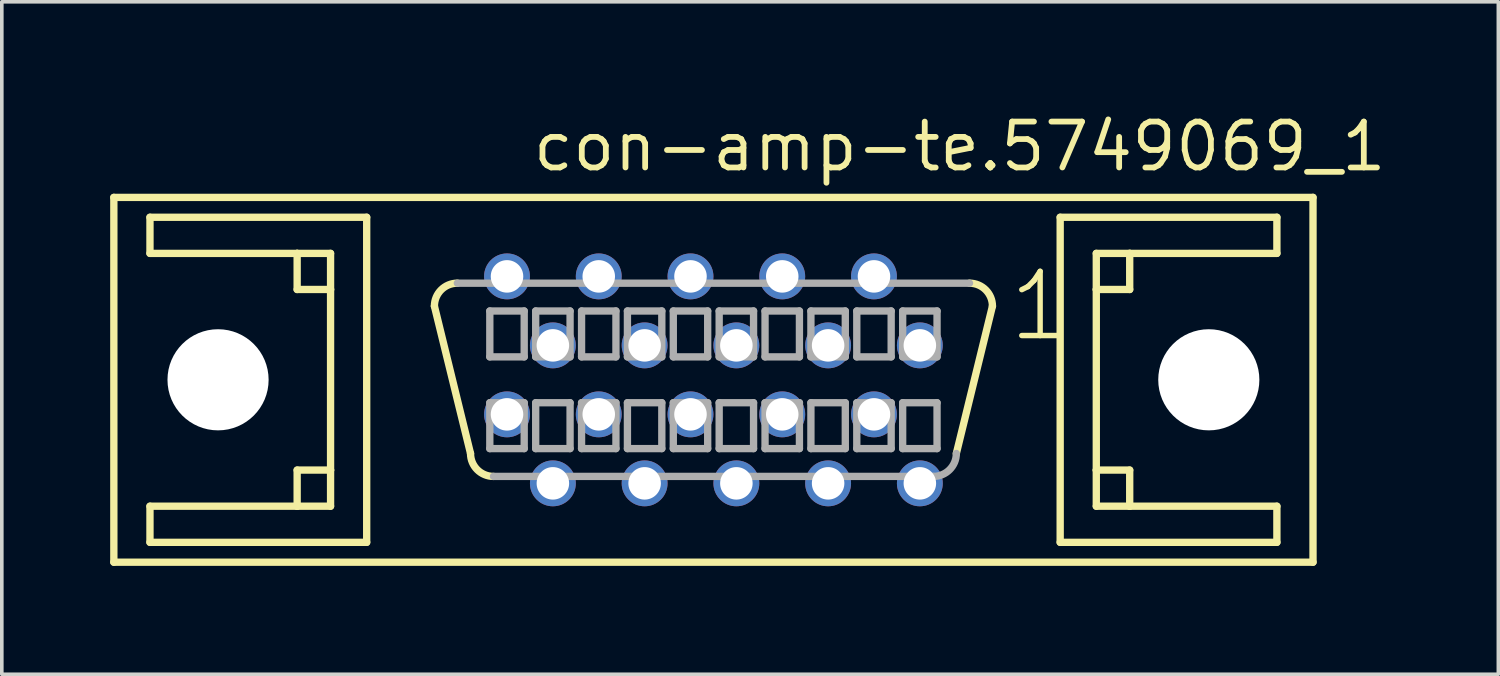
<source format=kicad_pcb>
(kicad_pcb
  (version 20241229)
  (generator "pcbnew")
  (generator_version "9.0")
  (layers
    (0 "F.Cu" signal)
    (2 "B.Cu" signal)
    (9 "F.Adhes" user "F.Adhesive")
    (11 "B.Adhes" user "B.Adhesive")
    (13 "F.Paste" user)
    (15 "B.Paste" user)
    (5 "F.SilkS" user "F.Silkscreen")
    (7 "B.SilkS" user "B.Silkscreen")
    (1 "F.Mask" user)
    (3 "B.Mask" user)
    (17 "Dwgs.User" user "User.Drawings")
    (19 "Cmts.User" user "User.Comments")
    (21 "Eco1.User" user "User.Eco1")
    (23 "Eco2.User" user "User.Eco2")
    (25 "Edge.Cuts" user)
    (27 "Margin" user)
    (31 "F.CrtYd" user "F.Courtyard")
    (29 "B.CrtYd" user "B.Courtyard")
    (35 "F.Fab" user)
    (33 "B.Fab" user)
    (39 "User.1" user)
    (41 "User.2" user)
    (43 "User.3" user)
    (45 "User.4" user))
  (footprint "con-amp-te.5749069_1"
    (layer "F.Cu")
    (at 16.702 7.465)
    (property "Reference" "con-amp-te.5749069_1" (at -5.08 -5.715 0) (layer "F.SilkS") (effects (font (size 1.27 1.27) (thickness 0.16)) (justify left bottom)))
    (attr through_hole)
    (fp_line (start -16.6 -5.05) (end 16.6 -5.05) (stroke (width 0.203) (type default)) (layer "F.SilkS"))
    (fp_line (start -16.6 5.05) (end -16.6 -5.05) (stroke (width 0.203) (type default)) (layer "F.SilkS"))
    (fp_line (start -15.6 -4.5) (end -15.6 -3.5) (stroke (width 0.203) (type default)) (layer "F.SilkS"))
    (fp_line (start -15.6 -3.5) (end -11.525 -3.5) (stroke (width 0.203) (type default)) (layer "F.SilkS"))
    (fp_line (start -15.6 3.5) (end -15.6 4.5) (stroke (width 0.203) (type default)) (layer "F.SilkS"))
    (fp_line (start -15.6 4.5) (end -9.6 4.5) (stroke (width 0.203) (type default)) (layer "F.SilkS"))
    (fp_line (start -11.525 -3.5) (end -11.525 -2.5) (stroke (width 0.203) (type default)) (layer "F.SilkS"))
    (fp_line (start -11.525 -3.5) (end -10.6 -3.5) (stroke (width 0.203) (type default)) (layer "F.SilkS"))
    (fp_line (start -11.525 -2.5) (end -10.6 -2.5) (stroke (width 0.203) (type default)) (layer "F.SilkS"))
    (fp_line (start -11.525 2.5) (end -11.525 3.5) (stroke (width 0.203) (type default)) (layer "F.SilkS"))
    (fp_line (start -11.525 3.5) (end -15.6 3.5) (stroke (width 0.203) (type default)) (layer "F.SilkS"))
    (fp_line (start -10.6 -3.5) (end -10.6 -2.5) (stroke (width 0.203) (type default)) (layer "F.SilkS"))
    (fp_line (start -10.6 -2.5) (end -10.6 2.5) (stroke (width 0.203) (type default)) (layer "F.SilkS"))
    (fp_line (start -10.6 2.5) (end -11.525 2.5) (stroke (width 0.203) (type default)) (layer "F.SilkS"))
    (fp_line (start -10.6 2.5) (end -10.6 3.5) (stroke (width 0.203) (type default)) (layer "F.SilkS"))
    (fp_line (start -10.6 3.5) (end -11.525 3.5) (stroke (width 0.203) (type default)) (layer "F.SilkS"))
    (fp_line (start -9.6 -4.5) (end -15.6 -4.5) (stroke (width 0.203) (type default)) (layer "F.SilkS"))
    (fp_line (start -9.6 4.5) (end -9.6 -4.5) (stroke (width 0.203) (type default)) (layer "F.SilkS"))
    (fp_line (start -6.725 2.04) (end -7.725 -2.04) (stroke (width 0.203) (type default)) (layer "F.SilkS"))
    (fp_line (start 7.725 -2.04) (end 6.725 2.04) (stroke (width 0.203) (type default)) (layer "F.SilkS"))
    (fp_line (start 9.6 -4.5) (end 9.6 4.5) (stroke (width 0.203) (type default)) (layer "F.SilkS"))
    (fp_line (start 9.6 4.5) (end 15.6 4.5) (stroke (width 0.203) (type default)) (layer "F.SilkS"))
    (fp_line (start 10.6 -3.5) (end 11.525 -3.5) (stroke (width 0.203) (type default)) (layer "F.SilkS"))
    (fp_line (start 10.6 -2.5) (end 10.6 -3.5) (stroke (width 0.203) (type default)) (layer "F.SilkS"))
    (fp_line (start 10.6 -2.5) (end 11.525 -2.5) (stroke (width 0.203) (type default)) (layer "F.SilkS"))
    (fp_line (start 10.6 2.5) (end 10.6 -2.5) (stroke (width 0.203) (type default)) (layer "F.SilkS"))
    (fp_line (start 10.6 3.5) (end 10.6 2.5) (stroke (width 0.203) (type default)) (layer "F.SilkS"))
    (fp_line (start 11.525 -3.5) (end 15.6 -3.5) (stroke (width 0.203) (type default)) (layer "F.SilkS"))
    (fp_line (start 11.525 -2.5) (end 11.525 -3.5) (stroke (width 0.203) (type default)) (layer "F.SilkS"))
    (fp_line (start 11.525 2.5) (end 10.6 2.5) (stroke (width 0.203) (type default)) (layer "F.SilkS"))
    (fp_line (start 11.525 3.5) (end 10.6 3.5) (stroke (width 0.203) (type default)) (layer "F.SilkS"))
    (fp_line (start 11.525 3.5) (end 11.525 2.5) (stroke (width 0.203) (type default)) (layer "F.SilkS"))
    (fp_line (start 15.6 -4.5) (end 9.6 -4.5) (stroke (width 0.203) (type default)) (layer "F.SilkS"))
    (fp_line (start 15.6 -3.5) (end 15.6 -4.5) (stroke (width 0.203) (type default)) (layer "F.SilkS"))
    (fp_line (start 15.6 3.5) (end 11.525 3.5) (stroke (width 0.203) (type default)) (layer "F.SilkS"))
    (fp_line (start 15.6 4.5) (end 15.6 3.5) (stroke (width 0.203) (type default)) (layer "F.SilkS"))
    (fp_line (start 16.6 -5.05) (end 16.6 5.05) (stroke (width 0.203) (type default)) (layer "F.SilkS"))
    (fp_line (start 16.6 5.05) (end -16.6 5.05) (stroke (width 0.203) (type default)) (layer "F.SilkS"))
    (fp_arc (start -7.725 -2.04) (mid -7.539013 -2.489013) (end -7.09 -2.675) (stroke (width 0.2032) (type default)) (layer "F.SilkS"))
    (fp_arc (start -6.09 2.675) (mid -6.539013 2.489013) (end -6.725 2.04) (stroke (width 0.2032) (type default)) (layer "F.SilkS"))
    (fp_arc (start 7.09 -2.675) (mid 7.539013 -2.489013) (end 7.725 -2.04) (stroke (width 0.2032) (type default)) (layer "F.SilkS"))
    (fp_line (start -7.09 -2.675) (end 7.09 -2.675) (stroke (width 0.203) (type default)) (layer "F.Fab"))
    (fp_line (start -6.191 -1.905) (end -6.191 -0.635) (stroke (width 0.203) (type default)) (layer "F.Fab"))
    (fp_line (start -6.191 -0.635) (end -5.239 -0.635) (stroke (width 0.203) (type default)) (layer "F.Fab"))
    (fp_line (start -6.191 0.635) (end -6.191 1.905) (stroke (width 0.203) (type default)) (layer "F.Fab"))
    (fp_line (start -6.191 1.905) (end -5.239 1.905) (stroke (width 0.203) (type default)) (layer "F.Fab"))
    (fp_line (start -5.239 -1.905) (end -6.191 -1.905) (stroke (width 0.203) (type default)) (layer "F.Fab"))
    (fp_line (start -5.239 -0.635) (end -5.239 -1.905) (stroke (width 0.203) (type default)) (layer "F.Fab"))
    (fp_line (start -5.239 0.635) (end -6.191 0.635) (stroke (width 0.203) (type default)) (layer "F.Fab"))
    (fp_line (start -5.239 1.905) (end -5.239 0.635) (stroke (width 0.203) (type default)) (layer "F.Fab"))
    (fp_line (start -4.921 -1.905) (end -4.921 -0.635) (stroke (width 0.203) (type default)) (layer "F.Fab"))
    (fp_line (start -4.921 -0.635) (end -3.969 -0.635) (stroke (width 0.203) (type default)) (layer "F.Fab"))
    (fp_line (start -4.921 0.635) (end -4.921 1.905) (stroke (width 0.203) (type default)) (layer "F.Fab"))
    (fp_line (start -4.921 1.905) (end -3.969 1.905) (stroke (width 0.203) (type default)) (layer "F.Fab"))
    (fp_line (start -3.969 -1.905) (end -4.921 -1.905) (stroke (width 0.203) (type default)) (layer "F.Fab"))
    (fp_line (start -3.969 -0.635) (end -3.969 -1.905) (stroke (width 0.203) (type default)) (layer "F.Fab"))
    (fp_line (start -3.969 0.635) (end -4.921 0.635) (stroke (width 0.203) (type default)) (layer "F.Fab"))
    (fp_line (start -3.969 1.905) (end -3.969 0.635) (stroke (width 0.203) (type default)) (layer "F.Fab"))
    (fp_line (start -3.651 -1.905) (end -3.651 -0.635) (stroke (width 0.203) (type default)) (layer "F.Fab"))
    (fp_line (start -3.651 -0.635) (end -2.699 -0.635) (stroke (width 0.203) (type default)) (layer "F.Fab"))
    (fp_line (start -3.651 0.635) (end -3.651 1.905) (stroke (width 0.203) (type default)) (layer "F.Fab"))
    (fp_line (start -3.651 1.905) (end -2.699 1.905) (stroke (width 0.203) (type default)) (layer "F.Fab"))
    (fp_line (start -2.699 -1.905) (end -3.651 -1.905) (stroke (width 0.203) (type default)) (layer "F.Fab"))
    (fp_line (start -2.699 -0.635) (end -2.699 -1.905) (stroke (width 0.203) (type default)) (layer "F.Fab"))
    (fp_line (start -2.699 0.635) (end -3.651 0.635) (stroke (width 0.203) (type default)) (layer "F.Fab"))
    (fp_line (start -2.699 1.905) (end -2.699 0.635) (stroke (width 0.203) (type default)) (layer "F.Fab"))
    (fp_line (start -2.381 -1.905) (end -2.381 -0.635) (stroke (width 0.203) (type default)) (layer "F.Fab"))
    (fp_line (start -2.381 -0.635) (end -1.429 -0.635) (stroke (width 0.203) (type default)) (layer "F.Fab"))
    (fp_line (start -2.381 0.635) (end -2.381 1.905) (stroke (width 0.203) (type default)) (layer "F.Fab"))
    (fp_line (start -2.381 1.905) (end -1.429 1.905) (stroke (width 0.203) (type default)) (layer "F.Fab"))
    (fp_line (start -1.429 -1.905) (end -2.381 -1.905) (stroke (width 0.203) (type default)) (layer "F.Fab"))
    (fp_line (start -1.429 -0.635) (end -1.429 -1.905) (stroke (width 0.203) (type default)) (layer "F.Fab"))
    (fp_line (start -1.429 0.635) (end -2.381 0.635) (stroke (width 0.203) (type default)) (layer "F.Fab"))
    (fp_line (start -1.429 1.905) (end -1.429 0.635) (stroke (width 0.203) (type default)) (layer "F.Fab"))
    (fp_line (start -1.111 -1.905) (end -1.111 -0.635) (stroke (width 0.203) (type default)) (layer "F.Fab"))
    (fp_line (start -1.111 -0.635) (end -0.159 -0.635) (stroke (width 0.203) (type default)) (layer "F.Fab"))
    (fp_line (start -1.111 0.635) (end -1.111 1.905) (stroke (width 0.203) (type default)) (layer "F.Fab"))
    (fp_line (start -1.111 1.905) (end -0.159 1.905) (stroke (width 0.203) (type default)) (layer "F.Fab"))
    (fp_line (start -0.159 -1.905) (end -1.111 -1.905) (stroke (width 0.203) (type default)) (layer "F.Fab"))
    (fp_line (start -0.159 -0.635) (end -0.159 -1.905) (stroke (width 0.203) (type default)) (layer "F.Fab"))
    (fp_line (start -0.159 0.635) (end -1.111 0.635) (stroke (width 0.203) (type default)) (layer "F.Fab"))
    (fp_line (start -0.159 1.905) (end -0.159 0.635) (stroke (width 0.203) (type default)) (layer "F.Fab"))
    (fp_line (start 0.159 -1.905) (end 0.159 -0.635) (stroke (width 0.203) (type default)) (layer "F.Fab"))
    (fp_line (start 0.159 -0.635) (end 1.111 -0.635) (stroke (width 0.203) (type default)) (layer "F.Fab"))
    (fp_line (start 0.159 0.635) (end 0.159 1.905) (stroke (width 0.203) (type default)) (layer "F.Fab"))
    (fp_line (start 0.159 1.905) (end 1.111 1.905) (stroke (width 0.203) (type default)) (layer "F.Fab"))
    (fp_line (start 1.111 -1.905) (end 0.159 -1.905) (stroke (width 0.203) (type default)) (layer "F.Fab"))
    (fp_line (start 1.111 -0.635) (end 1.111 -1.905) (stroke (width 0.203) (type default)) (layer "F.Fab"))
    (fp_line (start 1.111 0.635) (end 0.159 0.635) (stroke (width 0.203) (type default)) (layer "F.Fab"))
    (fp_line (start 1.111 1.905) (end 1.111 0.635) (stroke (width 0.203) (type default)) (layer "F.Fab"))
    (fp_line (start 1.429 -1.905) (end 1.429 -0.635) (stroke (width 0.203) (type default)) (layer "F.Fab"))
    (fp_line (start 1.429 -0.635) (end 2.381 -0.635) (stroke (width 0.203) (type default)) (layer "F.Fab"))
    (fp_line (start 1.429 0.635) (end 1.429 1.905) (stroke (width 0.203) (type default)) (layer "F.Fab"))
    (fp_line (start 1.429 1.905) (end 2.381 1.905) (stroke (width 0.203) (type default)) (layer "F.Fab"))
    (fp_line (start 2.381 -1.905) (end 1.429 -1.905) (stroke (width 0.203) (type default)) (layer "F.Fab"))
    (fp_line (start 2.381 -0.635) (end 2.381 -1.905) (stroke (width 0.203) (type default)) (layer "F.Fab"))
    (fp_line (start 2.381 0.635) (end 1.429 0.635) (stroke (width 0.203) (type default)) (layer "F.Fab"))
    (fp_line (start 2.381 1.905) (end 2.381 0.635) (stroke (width 0.203) (type default)) (layer "F.Fab"))
    (fp_line (start 2.699 -1.905) (end 2.699 -0.635) (stroke (width 0.203) (type default)) (layer "F.Fab"))
    (fp_line (start 2.699 -0.635) (end 3.651 -0.635) (stroke (width 0.203) (type default)) (layer "F.Fab"))
    (fp_line (start 2.699 0.635) (end 2.699 1.905) (stroke (width 0.203) (type default)) (layer "F.Fab"))
    (fp_line (start 2.699 1.905) (end 3.651 1.905) (stroke (width 0.203) (type default)) (layer "F.Fab"))
    (fp_line (start 3.651 -1.905) (end 2.699 -1.905) (stroke (width 0.203) (type default)) (layer "F.Fab"))
    (fp_line (start 3.651 -0.635) (end 3.651 -1.905) (stroke (width 0.203) (type default)) (layer "F.Fab"))
    (fp_line (start 3.651 0.635) (end 2.699 0.635) (stroke (width 0.203) (type default)) (layer "F.Fab"))
    (fp_line (start 3.651 1.905) (end 3.651 0.635) (stroke (width 0.203) (type default)) (layer "F.Fab"))
    (fp_line (start 3.969 -1.905) (end 3.969 -0.635) (stroke (width 0.203) (type default)) (layer "F.Fab"))
    (fp_line (start 3.969 -0.635) (end 4.921 -0.635) (stroke (width 0.203) (type default)) (layer "F.Fab"))
    (fp_line (start 3.969 0.635) (end 3.969 1.905) (stroke (width 0.203) (type default)) (layer "F.Fab"))
    (fp_line (start 3.969 1.905) (end 4.921 1.905) (stroke (width 0.203) (type default)) (layer "F.Fab"))
    (fp_line (start 4.921 -1.905) (end 3.969 -1.905) (stroke (width 0.203) (type default)) (layer "F.Fab"))
    (fp_line (start 4.921 -0.635) (end 4.921 -1.905) (stroke (width 0.203) (type default)) (layer "F.Fab"))
    (fp_line (start 4.921 0.635) (end 3.969 0.635) (stroke (width 0.203) (type default)) (layer "F.Fab"))
    (fp_line (start 4.921 1.905) (end 4.921 0.635) (stroke (width 0.203) (type default)) (layer "F.Fab"))
    (fp_line (start 5.239 -1.905) (end 5.239 -0.635) (stroke (width 0.203) (type default)) (layer "F.Fab"))
    (fp_line (start 5.239 -0.635) (end 6.191 -0.635) (stroke (width 0.203) (type default)) (layer "F.Fab"))
    (fp_line (start 5.239 0.635) (end 5.239 1.905) (stroke (width 0.203) (type default)) (layer "F.Fab"))
    (fp_line (start 5.239 1.905) (end 6.191 1.905) (stroke (width 0.203) (type default)) (layer "F.Fab"))
    (fp_line (start 6.09 2.675) (end -6.09 2.675) (stroke (width 0.203) (type default)) (layer "F.Fab"))
    (fp_line (start 6.191 -1.905) (end 5.239 -1.905) (stroke (width 0.203) (type default)) (layer "F.Fab"))
    (fp_line (start 6.191 -0.635) (end 6.191 -1.905) (stroke (width 0.203) (type default)) (layer "F.Fab"))
    (fp_line (start 6.191 0.635) (end 5.239 0.635) (stroke (width 0.203) (type default)) (layer "F.Fab"))
    (fp_line (start 6.191 1.905) (end 6.191 0.635) (stroke (width 0.203) (type default)) (layer "F.Fab"))
    (fp_arc (start 6.725 2.04) (mid 6.539013 2.489013) (end 6.09 2.675) (stroke (width 0.2032) (type default)) (layer "F.Fab"))
    (fp_text user "1" (at 8.1 -1 0) (layer "F.SilkS") (effects (font (size 1.778 1.778) (thickness 0.15)) (justify left bottom)))
    (pad "" np_thru_hole circle (at -13.715 0) (size 2.8 2.8) (drill 2.8) (layers "*.Cu" "*.Mask"))
    (pad "" np_thru_hole circle (at 13.715 0) (size 2.8 2.8) (drill 2.8) (layers "*.Cu" "*.Mask"))
    (pad "1" thru_hole circle (at 5.715 -0.953) (size 1.27 1.27) (drill 0.9) (layers "*.Cu" "*.Mask"))
    (pad "2" thru_hole circle (at 4.445 -2.863) (size 1.27 1.27) (drill 0.9) (layers "*.Cu" "*.Mask"))
    (pad "3" thru_hole circle (at 3.175 -0.953) (size 1.27 1.27) (drill 0.9) (layers "*.Cu" "*.Mask"))
    (pad "4" thru_hole circle (at 1.905 -2.863) (size 1.27 1.27) (drill 0.9) (layers "*.Cu" "*.Mask"))
    (pad "5" thru_hole circle (at 0.635 -0.953) (size 1.27 1.27) (drill 0.9) (layers "*.Cu" "*.Mask"))
    (pad "6" thru_hole circle (at -0.635 -2.863) (size 1.27 1.27) (drill 0.9) (layers "*.Cu" "*.Mask"))
    (pad "7" thru_hole circle (at -1.905 -0.953) (size 1.27 1.27) (drill 0.9) (layers "*.Cu" "*.Mask"))
    (pad "8" thru_hole circle (at -3.175 -2.863) (size 1.27 1.27) (drill 0.9) (layers "*.Cu" "*.Mask"))
    (pad "9" thru_hole circle (at -4.445 -0.953) (size 1.27 1.27) (drill 0.9) (layers "*.Cu" "*.Mask"))
    (pad "10" thru_hole circle (at -5.715 -2.863) (size 1.27 1.27) (drill 0.9) (layers "*.Cu" "*.Mask"))
    (pad "11" thru_hole circle (at 5.715 2.867) (size 1.27 1.27) (drill 0.9) (layers "*.Cu" "*.Mask"))
    (pad "12" thru_hole circle (at 4.445 0.957) (size 1.27 1.27) (drill 0.9) (layers "*.Cu" "*.Mask"))
    (pad "13" thru_hole circle (at 3.175 2.867) (size 1.27 1.27) (drill 0.9) (layers "*.Cu" "*.Mask"))
    (pad "14" thru_hole circle (at 1.905 0.957) (size 1.27 1.27) (drill 0.9) (layers "*.Cu" "*.Mask"))
    (pad "15" thru_hole circle (at 0.635 2.867) (size 1.27 1.27) (drill 0.9) (layers "*.Cu" "*.Mask"))
    (pad "16" thru_hole circle (at -0.635 0.957) (size 1.27 1.27) (drill 0.9) (layers "*.Cu" "*.Mask"))
    (pad "17" thru_hole circle (at -1.905 2.867) (size 1.27 1.27) (drill 0.9) (layers "*.Cu" "*.Mask"))
    (pad "18" thru_hole circle (at -3.175 0.957) (size 1.27 1.27) (drill 0.9) (layers "*.Cu" "*.Mask"))
    (pad "19" thru_hole circle (at -4.445 2.867) (size 1.27 1.27) (drill 0.9) (layers "*.Cu" "*.Mask"))
    (pad "20" thru_hole circle (at -5.715 0.957) (size 1.27 1.27) (drill 0.9) (layers "*.Cu" "*.Mask")))
  (gr_rect
    (start -3 -3)
    (end 38.433 15.617)
    (stroke (width 0.1) (type default))
    (fill no)
    (layer "Edge.Cuts")))
</source>
